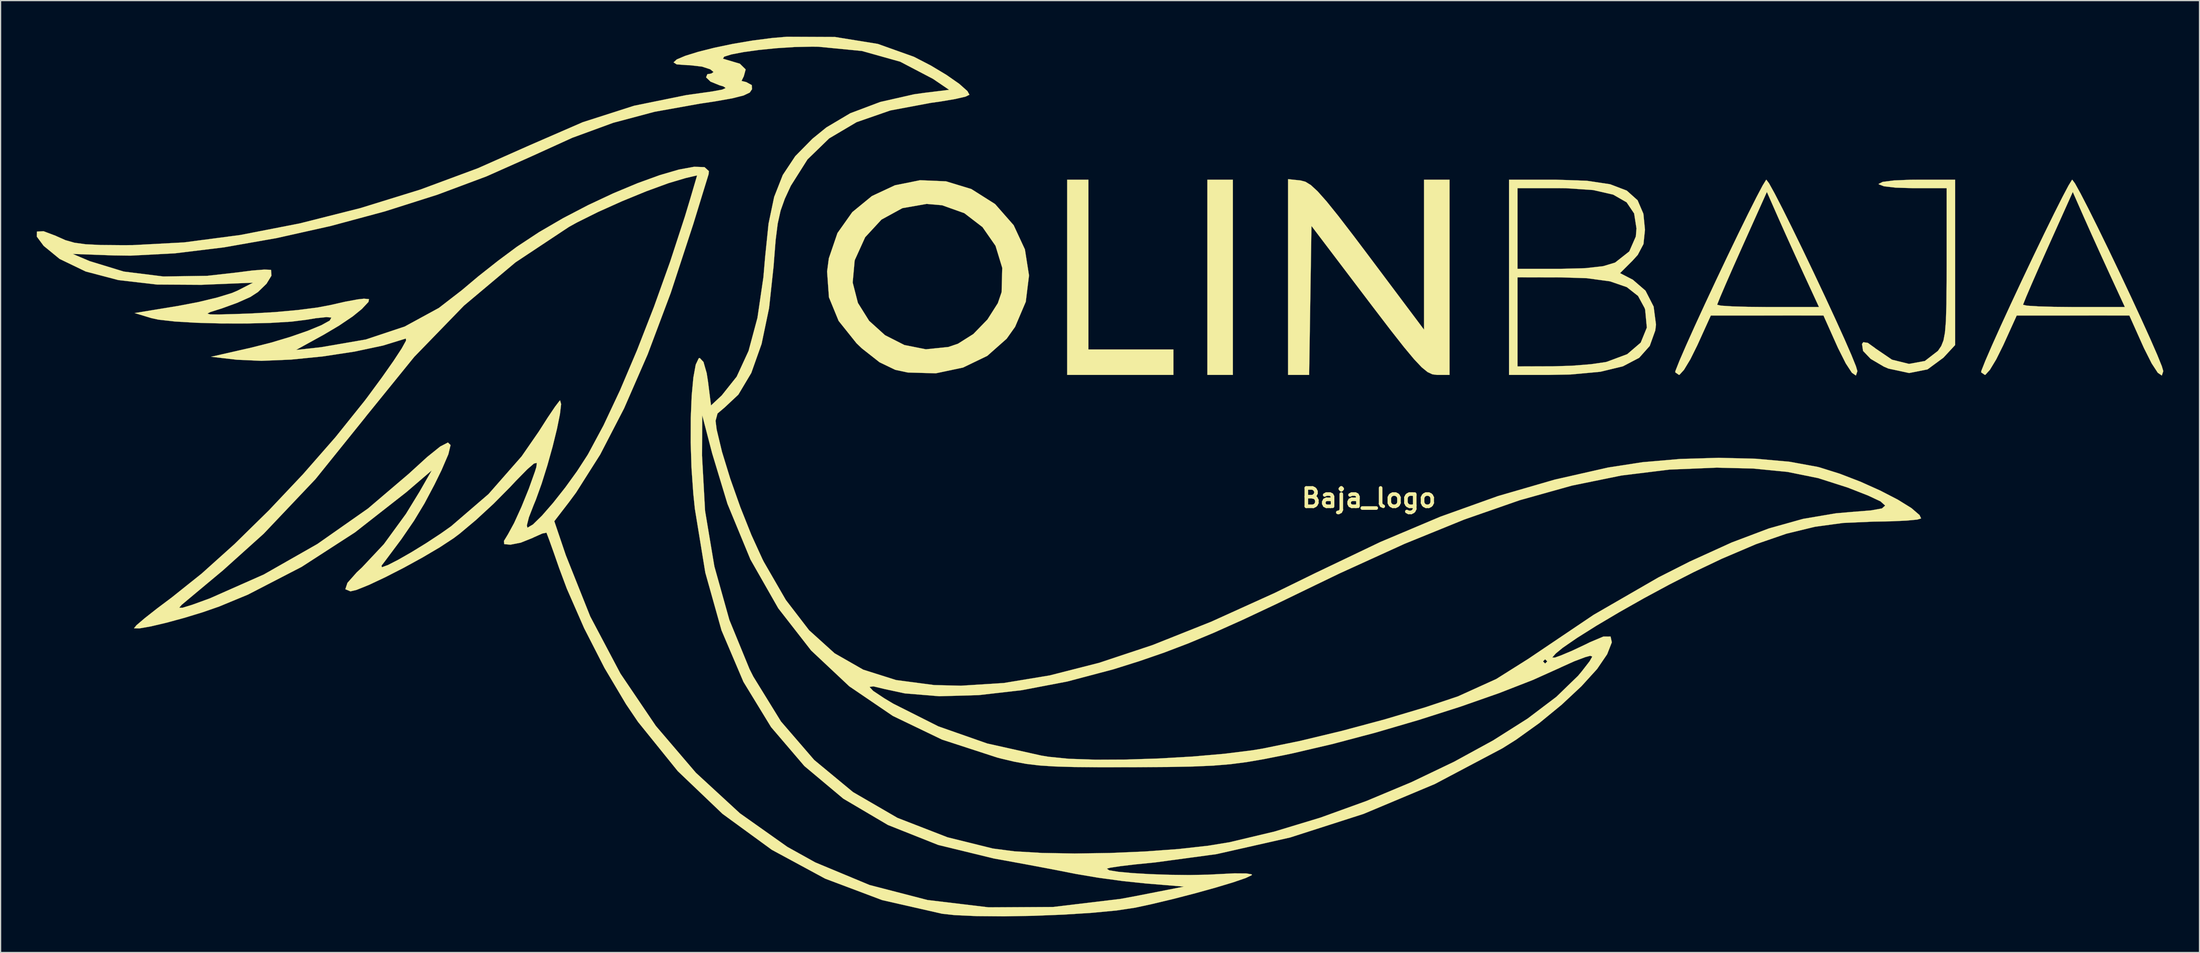
<source format=kicad_pcb>
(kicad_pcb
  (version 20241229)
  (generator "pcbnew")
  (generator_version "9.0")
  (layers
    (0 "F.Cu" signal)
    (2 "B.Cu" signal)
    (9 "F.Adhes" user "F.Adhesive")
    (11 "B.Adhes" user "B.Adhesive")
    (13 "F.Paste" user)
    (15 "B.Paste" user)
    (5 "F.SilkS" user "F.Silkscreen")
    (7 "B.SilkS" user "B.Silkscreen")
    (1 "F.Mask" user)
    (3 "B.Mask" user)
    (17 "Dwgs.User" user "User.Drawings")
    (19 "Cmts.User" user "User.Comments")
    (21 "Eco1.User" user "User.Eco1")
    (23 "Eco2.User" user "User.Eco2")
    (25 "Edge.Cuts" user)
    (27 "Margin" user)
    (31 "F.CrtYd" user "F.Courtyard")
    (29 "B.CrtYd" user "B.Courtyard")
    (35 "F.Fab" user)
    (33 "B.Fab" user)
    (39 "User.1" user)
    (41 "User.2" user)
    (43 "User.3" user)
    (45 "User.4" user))
  (footprint "Baja_logo"
    (layer "F.Cu")
    (at 110.61 38.343)
    (property "Reference" "Baja_logo" (at 0 0 0) (layer "F.SilkS") (effects (font (size 1.524 1.524) (thickness 0.3))))
    (attr through_hole)
    (fp_poly (pts (xy -11.289 -10.231) (xy -13.406 -10.231) (xy -13.406 -26.458) (xy -11.289 -26.458) (xy -11.289 -10.231)) (stroke (width 0.01) (type solid)) (fill yes) (layer "F.SilkS"))
    (fp_poly (pts (xy -23.283 -12.347) (xy -16.228 -12.347) (xy -16.228 -10.231) (xy -25.047 -10.231) (xy -25.047 -26.458) (xy -23.283 -26.458) (xy -23.283 -12.347)) (stroke (width 0.01) (type solid)) (fill yes) (layer "F.SilkS"))
    (fp_poly (pts (xy -5.662 -26.392) (xy -5.262 -26.287) (xy -4.811 -26.009) (xy -4.248 -25.488) (xy -3.509 -24.656) (xy -2.532 -23.443) (xy -1.254 -21.779) (xy -0.017 -20.137) (xy 4.586 -13.991) (xy 4.586 -26.458) (xy 6.703 -26.458) (xy 6.703 -10.231) (xy 5.66 -10.231) (xy 5.281 -10.278) (xy 4.879 -10.466) (xy 4.391 -10.863) (xy 3.754 -11.539) (xy 2.903 -12.561) (xy 1.775 -13.999) (xy 0.307 -15.921) (xy -0.073 -16.422) (xy -4.763 -22.613) (xy -4.859 -16.422) (xy -4.955 -10.231) (xy -6.703 -10.231) (xy -6.703 -26.503) (xy -5.662 -26.392)) (stroke (width 0.01) (type solid)) (fill yes) (layer "F.SilkS"))
    (fp_poly (pts (xy 48.683 -12.711) (xy 47.713 -11.663) (xy 46.392 -10.689) (xy 44.862 -10.386) (xy 43.145 -10.756) (xy 42.769 -10.917) (xy 41.674 -11.561) (xy 41.038 -12.224) (xy 40.952 -12.801) (xy 41.056 -12.952) (xy 41.435 -12.895) (xy 42.046 -12.454) (xy 42.07 -12.431) (xy 43.444 -11.496) (xy 44.855 -11.147) (xy 46.169 -11.388) (xy 47.25 -12.224) (xy 47.28 -12.261) (xy 47.532 -12.636) (xy 47.715 -13.097) (xy 47.84 -13.756) (xy 47.918 -14.723) (xy 47.96 -16.109) (xy 47.976 -18.025) (xy 47.978 -19.45) (xy 47.978 -25.753) (xy 45.156 -25.753) (xy 43.758 -25.794) (xy 42.776 -25.907) (xy 42.343 -26.074) (xy 42.333 -26.106) (xy 42.666 -26.275) (xy 43.588 -26.395) (xy 44.983 -26.454) (xy 45.508 -26.458) (xy 48.683 -26.458) (xy 48.683 -12.711)) (stroke (width 0.01) (type solid)) (fill yes) (layer "F.SilkS"))
    (fp_poly (pts (xy -35.107 -26.322) (xy -33.006 -25.682) (xy -31.068 -24.456) (xy -31.011 -24.408) (xy -29.49 -22.675) (xy -28.555 -20.662) (xy -28.215 -18.497) (xy -28.484 -16.309) (xy -29.37 -14.227) (xy -30.07 -13.239) (xy -31.678 -11.814) (xy -33.697 -10.84) (xy -35.957 -10.363) (xy -38.289 -10.43) (xy -39.323 -10.652) (xy -40.626 -11.279) (xy -42.104 -12.442) (xy -42.542 -12.863) (xy -44.025 -14.718) (xy -44.829 -16.678) (xy -44.918 -17.912) (xy -42.857 -17.912) (xy -42.422 -16.215) (xy -41.492 -14.727) (xy -40.172 -13.533) (xy -38.565 -12.716) (xy -36.778 -12.361) (xy -34.913 -12.553) (xy -34.114 -12.824) (xy -32.841 -13.629) (xy -31.67 -14.834) (xy -30.805 -16.195) (xy -30.491 -17.115) (xy -30.439 -19.129) (xy -30.998 -20.964) (xy -32.078 -22.515) (xy -33.586 -23.673) (xy -35.434 -24.332) (xy -36.714 -24.443) (xy -38.73 -24.091) (xy -40.468 -23.139) (xy -41.821 -21.673) (xy -42.68 -19.779) (xy -42.692 -19.734) (xy -42.857 -17.912) (xy -44.918 -17.912) (xy -44.983 -18.827) (xy -44.84 -19.917) (xy -44.122 -22.023) (xy -42.892 -23.761) (xy -41.264 -25.097) (xy -39.348 -25.994) (xy -37.259 -26.414) (xy -35.107 -26.322)) (stroke (width 0.01) (type solid)) (fill yes) (layer "F.SilkS"))
    (fp_poly (pts (xy 33.235 -26.152) (xy 33.7 -25.311) (xy 34.355 -24.039) (xy 35.151 -22.439) (xy 36.038 -20.619) (xy 36.964 -18.682) (xy 37.881 -16.735) (xy 38.738 -14.883) (xy 39.486 -13.231) (xy 40.073 -11.885) (xy 40.451 -10.949) (xy 40.569 -10.545) (xy 40.447 -10.177) (xy 40.11 -10.41) (xy 39.6 -11.191) (xy 38.96 -12.465) (xy 38.854 -12.7) (xy 37.75 -15.169) (xy 28.399 -15.166) (xy 27.28 -12.698) (xy 26.698 -11.524) (xy 26.172 -10.653) (xy 25.799 -10.243) (xy 25.752 -10.231) (xy 25.444 -10.444) (xy 25.459 -10.565) (xy 25.797 -11.42) (xy 26.354 -12.705) (xy 27.078 -14.317) (xy 27.879 -16.058) (xy 28.928 -16.058) (xy 29.258 -15.987) (xy 30.157 -15.929) (xy 31.488 -15.89) (xy 33.116 -15.875) (xy 33.152 -15.875) (xy 37.377 -15.875) (xy 36.116 -18.609) (xy 35.384 -20.21) (xy 34.63 -21.877) (xy 34.005 -23.276) (xy 33.955 -23.39) (xy 33.053 -25.437) (xy 30.99 -20.839) (xy 30.253 -19.184) (xy 29.633 -17.768) (xy 29.18 -16.709) (xy 28.948 -16.128) (xy 28.928 -16.058) (xy 27.879 -16.058) (xy 27.922 -16.151) (xy 28.834 -18.102) (xy 29.766 -20.067) (xy 30.667 -21.94) (xy 31.489 -23.617) (xy 32.182 -24.994) (xy 32.695 -25.967) (xy 32.979 -26.431) (xy 33.011 -26.455) (xy 33.235 -26.152)) (stroke (width 0.01) (type solid)) (fill yes) (layer "F.SilkS"))
    (fp_poly (pts (xy 58.635 -26.152) (xy 59.1 -25.311) (xy 59.755 -24.039) (xy 60.551 -22.439) (xy 61.438 -20.619) (xy 62.364 -18.682) (xy 63.281 -16.735) (xy 64.138 -14.883) (xy 64.886 -13.231) (xy 65.473 -11.885) (xy 65.851 -10.949) (xy 65.969 -10.545) (xy 65.847 -10.177) (xy 65.51 -10.41) (xy 65 -11.191) (xy 64.36 -12.465) (xy 64.254 -12.7) (xy 63.15 -15.169) (xy 53.799 -15.166) (xy 52.68 -12.698) (xy 52.098 -11.524) (xy 51.572 -10.653) (xy 51.199 -10.243) (xy 51.152 -10.231) (xy 50.844 -10.444) (xy 50.859 -10.565) (xy 51.197 -11.42) (xy 51.754 -12.705) (xy 52.478 -14.317) (xy 53.279 -16.058) (xy 54.328 -16.058) (xy 54.658 -15.987) (xy 55.557 -15.929) (xy 56.888 -15.89) (xy 58.516 -15.875) (xy 58.552 -15.875) (xy 62.777 -15.875) (xy 61.516 -18.609) (xy 60.784 -20.21) (xy 60.03 -21.877) (xy 59.405 -23.276) (xy 59.355 -23.39) (xy 58.453 -25.437) (xy 56.39 -20.839) (xy 55.653 -19.184) (xy 55.033 -17.768) (xy 54.58 -16.709) (xy 54.348 -16.128) (xy 54.328 -16.058) (xy 53.279 -16.058) (xy 53.322 -16.151) (xy 54.234 -18.102) (xy 55.166 -20.067) (xy 56.067 -21.94) (xy 56.889 -23.617) (xy 57.582 -24.994) (xy 58.095 -25.967) (xy 58.379 -26.431) (xy 58.411 -26.455) (xy 58.635 -26.152)) (stroke (width 0.01) (type solid)) (fill yes) (layer "F.SilkS"))
    (fp_poly (pts (xy 18.092 -26.37) (xy 20.032 -26.08) (xy 21.418 -25.552) (xy 22.319 -24.746) (xy 22.8 -23.627) (xy 22.931 -22.296) (xy 22.806 -21.104) (xy 22.329 -20.202) (xy 21.896 -19.725) (xy 20.862 -18.691) (xy 21.924 -18.141) (xy 22.974 -17.233) (xy 23.65 -15.911) (xy 23.846 -14.414) (xy 23.788 -13.927) (xy 23.327 -12.64) (xy 22.451 -11.654) (xy 21.101 -10.945) (xy 19.22 -10.491) (xy 16.752 -10.265) (xy 14.976 -10.231) (xy 11.642 -10.231) (xy 11.642 -10.936) (xy 12.347 -10.936) (xy 15.258 -10.945) (xy 16.87 -10.995) (xy 18.432 -11.12) (xy 19.636 -11.293) (xy 19.75 -11.318) (xy 21.455 -11.954) (xy 22.577 -12.916) (xy 23.084 -14.162) (xy 22.946 -15.646) (xy 22.902 -15.784) (xy 22.354 -16.794) (xy 21.423 -17.526) (xy 20.029 -18.007) (xy 18.096 -18.268) (xy 15.963 -18.337) (xy 12.347 -18.344) (xy 12.347 -10.936) (xy 11.642 -10.936) (xy 11.642 -25.753) (xy 12.347 -25.753) (xy 12.347 -19.05) (xy 15.893 -19.05) (xy 17.984 -19.103) (xy 19.466 -19.271) (xy 20.427 -19.562) (xy 20.468 -19.583) (xy 21.626 -20.495) (xy 22.171 -21.74) (xy 22.225 -22.401) (xy 22.03 -23.648) (xy 21.405 -24.576) (xy 20.292 -25.215) (xy 18.631 -25.595) (xy 16.364 -25.747) (xy 15.71 -25.753) (xy 12.347 -25.753) (xy 11.642 -25.753) (xy 11.642 -26.458) (xy 15.534 -26.458) (xy 18.092 -26.37)) (stroke (width 0.01) (type solid)) (fill yes) (layer "F.SilkS"))
    (fp_poly (pts (xy -44.337 -38.321) (xy -40.773 -37.745) (xy -37.771 -36.673) (xy -36.371 -35.949) (xy -35.07 -35.167) (xy -34.009 -34.426) (xy -33.331 -33.823) (xy -33.161 -33.518) (xy -33.486 -33.36) (xy -34.356 -33.159) (xy -35.617 -32.946) (xy -36.35 -32.845) (xy -39.732 -32.211) (xy -42.533 -31.238) (xy -44.808 -29.891) (xy -46.61 -28.14) (xy -47.992 -25.953) (xy -47.995 -25.948) (xy -48.494 -24.867) (xy -48.843 -23.885) (xy -49.082 -22.808) (xy -49.254 -21.44) (xy -49.401 -19.587) (xy -49.419 -19.318) (xy -49.798 -15.792) (xy -50.421 -12.805) (xy -51.276 -10.393) (xy -52.35 -8.591) (xy -53.49 -7.523) (xy -54.08 -7.023) (xy -54.243 -6.414) (xy -54.148 -5.674) (xy -53.708 -3.839) (xy -53.025 -1.613) (xy -52.183 0.77) (xy -51.265 3.077) (xy -50.354 5.072) (xy -50.236 5.306) (xy -48.406 8.477) (xy -46.475 10.993) (xy -44.359 12.907) (xy -41.978 14.27) (xy -39.249 15.133) (xy -36.091 15.548) (xy -33.867 15.602) (xy -30.311 15.377) (xy -26.503 14.748) (xy -22.396 13.7) (xy -17.946 12.219) (xy -13.105 10.29) (xy -7.827 7.898) (xy -4.41 6.224) (xy 0.938 3.666) (xy 5.932 1.556) (xy 10.714 -0.158) (xy 15.429 -1.527) (xy 19.872 -2.535) (xy 22.73 -2.977) (xy 25.852 -3.246) (xy 29.052 -3.341) (xy 32.145 -3.264) (xy 34.943 -3.013) (xy 37.262 -2.588) (xy 37.449 -2.539) (xy 39.101 -2.02) (xy 40.817 -1.358) (xy 42.468 -0.617) (xy 43.923 0.136) (xy 45.053 0.836) (xy 45.728 1.418) (xy 45.861 1.7) (xy 45.532 1.797) (xy 44.638 1.881) (xy 43.32 1.94) (xy 41.892 1.965) (xy 39.397 2.073) (xy 37.043 2.393) (xy 34.68 2.967) (xy 32.156 3.837) (xy 29.321 5.046) (xy 26.988 6.157) (xy 24.961 7.191) (xy 22.855 8.327) (xy 20.793 9.494) (xy 18.897 10.619) (xy 17.29 11.63) (xy 16.095 12.455) (xy 15.522 12.926) (xy 15.23 13.26) (xy 15.445 13.265) (xy 15.951 13.086) (xy 16.88 12.694) (xy 18.02 12.157) (xy 18.345 11.994) (xy 19.469 11.519) (xy 20.075 11.516) (xy 20.179 11.997) (xy 19.797 12.972) (xy 19.781 13.003) (xy 18.958 14.212) (xy 17.655 15.647) (xy 16.007 17.188) (xy 14.15 18.712) (xy 12.218 20.098) (xy 11.081 20.812) (xy 5.48 23.775) (xy -0.441 26.26) (xy -6.534 28.219) (xy -12.654 29.604) (xy -17.76 30.294) (xy -19.327 30.449) (xy -20.615 30.601) (xy -21.475 30.732) (xy -21.754 30.808) (xy -21.562 30.944) (xy -20.804 31.069) (xy -19.618 31.178) (xy -18.144 31.264) (xy -16.52 31.319) (xy -14.886 31.337) (xy -13.382 31.31) (xy -12.556 31.267) (xy -11.166 31.197) (xy -10.179 31.204) (xy -9.718 31.284) (xy -9.718 31.348) (xy -10.225 31.591) (xy -11.275 31.95) (xy -12.726 32.387) (xy -14.432 32.861) (xy -16.25 33.332) (xy -18.037 33.759) (xy -19.403 34.054) (xy -20.947 34.287) (xy -22.984 34.48) (xy -25.337 34.63) (xy -27.83 34.729) (xy -30.286 34.773) (xy -32.529 34.756) (xy -34.382 34.672) (xy -35.424 34.559) (xy -40.409 33.424) (xy -45.137 31.643) (xy -49.57 29.244) (xy -53.666 26.254) (xy -57.384 22.7) (xy -60.684 18.609) (xy -61.679 17.138) (xy -63.466 14.129) (xy -65.156 10.823) (xy -66.595 7.535) (xy -67.234 5.821) (xy -67.685 4.524) (xy -68.047 3.512) (xy -68.26 2.947) (xy -68.29 2.884) (xy -68.622 2.951) (xy -69.327 3.264) (xy -69.447 3.325) (xy -70.422 3.715) (xy -71.275 3.881) (xy -71.284 3.881) (xy -71.792 3.835) (xy -71.817 3.57) (xy -71.477 3.01) (xy -70.973 2.083) (xy -70.361 0.737) (xy -69.748 -0.775) (xy -69.24 -2.201) (xy -69.125 -2.571) (xy -69.086 -2.915) (xy -69.318 -2.867) (xy -69.876 -2.386) (xy -70.815 -1.429) (xy -71.336 -0.874) (xy -72.68 0.483) (xy -74.149 1.838) (xy -75.502 2.973) (xy -75.999 3.347) (xy -77.15 4.103) (xy -78.58 4.947) (xy -80.136 5.801) (xy -81.669 6.586) (xy -83.027 7.226) (xy -84.059 7.642) (xy -84.56 7.761) (xy -84.986 7.582) (xy -84.81 7.052) (xy -84.036 6.178) (xy -83.608 5.779) (xy -81.786 3.837) (xy -79.955 1.324) (xy -78.821 -0.529) (xy -77.811 -2.293) (xy -79.916 -0.486) (xy -84.185 2.859) (xy -88.614 5.725) (xy -93.073 8.032) (xy -95.468 9.024) (xy -96.838 9.5) (xy -98.343 9.96) (xy -99.826 10.364) (xy -101.124 10.671) (xy -102.079 10.839) (xy -102.529 10.83) (xy -102.534 10.825) (xy -102.326 10.573) (xy -101.652 9.997) (xy -100.619 9.183) (xy -100.535 9.12) (xy -98.776 9.12) (xy -98.503 9.121) (xy -97.704 8.877) (xy -96.319 8.373) (xy -96.228 8.339) (xy -91.752 6.356) (xy -87.307 3.823) (xy -83.101 0.871) (xy -79.724 -2.008) (xy -78.188 -3.41) (xy -77.108 -4.28) (xy -76.466 -4.613) (xy -76.246 -4.401) (xy -76.429 -3.636) (xy -76.998 -2.311) (xy -77.583 -1.115) (xy -78.409 0.445) (xy -79.28 1.89) (xy -80.33 3.423) (xy -81.69 5.246) (xy -81.981 5.625) (xy -81.947 5.756) (xy -81.441 5.568) (xy -80.582 5.127) (xy -79.488 4.5) (xy -78.276 3.755) (xy -77.066 2.959) (xy -76.2 2.347) (xy -73.098 -0.325) (xy -70.348 -3.461) (xy -68.919 -5.529) (xy -68.177 -6.692) (xy -67.576 -7.584) (xy -67.211 -8.066) (xy -67.152 -8.114) (xy -67.066 -7.803) (xy -67.165 -6.964) (xy -67.412 -5.74) (xy -67.772 -4.274) (xy -68.209 -2.709) (xy -68.686 -1.186) (xy -69.167 0.15) (xy -69.359 0.617) (xy -69.743 1.609) (xy -69.913 2.281) (xy -69.863 2.469) (xy -69.402 2.197) (xy -68.655 1.464) (xy -67.727 0.397) (xy -66.723 -0.875) (xy -65.746 -2.227) (xy -64.902 -3.529) (xy -64.815 -3.675) (xy -63.548 -6.036) (xy -62.18 -8.948) (xy -60.767 -12.277) (xy -59.361 -15.885) (xy -58.018 -19.636) (xy -56.792 -23.395) (xy -56.32 -24.961) (xy -55.776 -26.815) (xy -56.727 -26.592) (xy -58.158 -26.166) (xy -59.991 -25.494) (xy -62.013 -24.665) (xy -64.005 -23.77) (xy -65.754 -22.899) (xy -66.42 -22.53) (xy -70.855 -19.586) (xy -75.132 -15.99) (xy -79.265 -11.727) (xy -83.271 -6.783) (xy -83.33 -6.703) (xy -87.459 -1.573) (xy -91.764 2.97) (xy -95.143 6.012) (xy -96.409 7.069) (xy -97.489 7.971) (xy -98.259 8.616) (xy -98.584 8.888) (xy -98.776 9.12) (xy -100.535 9.12) (xy -99.406 8.272) (xy -96.915 6.282) (xy -94.181 3.823) (xy -91.333 1.026) (xy -88.499 -1.978) (xy -85.805 -5.057) (xy -83.381 -8.081) (xy -83.119 -8.429) (xy -81.946 -10.023) (xy -80.991 -11.384) (xy -80.306 -12.431) (xy -79.945 -13.081) (xy -79.958 -13.255) (xy -81.854 -12.671) (xy -84.228 -12.166) (xy -86.853 -11.767) (xy -89.504 -11.502) (xy -91.955 -11.4) (xy -93.979 -11.49) (xy -94.015 -11.494) (xy -96.132 -11.739) (xy -92.781 -12.502) (xy -91.13 -12.921) (xy -89.528 -13.403) (xy -88.101 -13.9) (xy -86.976 -14.364) (xy -86.282 -14.747) (xy -86.143 -14.999) (xy -86.557 -15.035) (xy -87.438 -14.943) (xy -88.185 -14.818) (xy -89.468 -14.657) (xy -91.198 -14.553) (xy -93.202 -14.504) (xy -95.307 -14.508) (xy -97.339 -14.563) (xy -99.125 -14.668) (xy -100.493 -14.821) (xy -101.071 -14.945) (xy -102.482 -15.372) (xy -98.868 -15.966) (xy -97.189 -16.287) (xy -95.63 -16.663) (xy -94.414 -17.035) (xy -93.954 -17.229) (xy -92.653 -17.896) (xy -96.94 -17.719) (xy -100.613 -17.74) (xy -103.83 -18.112) (xy -106.545 -18.826) (xy -108.709 -19.87) (xy -109.215 -20.285) (xy -107.618 -20.285) (xy -106.211 -19.688) (xy -103.38 -18.822) (xy -100.098 -18.413) (xy -96.456 -18.467) (xy -94.016 -18.742) (xy -92.719 -18.908) (xy -91.713 -18.987) (xy -91.183 -18.966) (xy -91.151 -18.949) (xy -91.118 -18.481) (xy -91.529 -17.809) (xy -92.241 -17.118) (xy -92.879 -16.704) (xy -93.959 -16.223) (xy -95.25 -15.753) (xy -95.603 -15.643) (xy -96.207 -15.452) (xy -96.437 -15.329) (xy -96.223 -15.265) (xy -95.495 -15.255) (xy -94.185 -15.289) (xy -92.781 -15.34) (xy -90.844 -15.45) (xy -88.938 -15.623) (xy -87.296 -15.834) (xy -86.254 -16.031) (xy -85.007 -16.315) (xy -83.954 -16.51) (xy -83.44 -16.568) (xy -83.022 -16.531) (xy -83.059 -16.303) (xy -83.582 -15.742) (xy -83.616 -15.707) (xy -84.37 -15.094) (xy -85.506 -14.327) (xy -86.78 -13.571) (xy -86.783 -13.57) (xy -89.076 -12.306) (xy -87.003 -12.534) (xy -83.285 -13.176) (xy -80.056 -14.251) (xy -77.221 -15.797) (xy -75.318 -17.268) (xy -73.932 -18.434) (xy -72.304 -19.72) (xy -70.779 -20.855) (xy -70.732 -20.889) (xy -68.9 -22.098) (xy -66.901 -23.262) (xy -64.817 -24.349) (xy -62.73 -25.328) (xy -60.724 -26.166) (xy -58.881 -26.835) (xy -57.285 -27.301) (xy -56.017 -27.533) (xy -55.16 -27.501) (xy -54.798 -27.173) (xy -54.824 -26.899) (xy -55.004 -26.314) (xy -55.338 -25.229) (xy -55.77 -23.818) (xy -56.091 -22.772) (xy -57.962 -17.051) (xy -59.882 -11.935) (xy -61.839 -7.447) (xy -63.823 -3.61) (xy -65.825 -0.449) (xy -66.414 0.348) (xy -67.632 1.931) (xy -66.676 4.758) (xy -64.649 9.846) (xy -62.14 14.596) (xy -59.2 18.946) (xy -55.876 22.838) (xy -52.219 26.209) (xy -48.277 29.001) (xy -45.965 30.288) (xy -41.454 32.168) (xy -36.649 33.414) (xy -31.566 34.023) (xy -26.223 33.994) (xy -20.636 33.325) (xy -19.403 33.097) (xy -15.346 32.301) (xy -18.521 32.041) (xy -20.421 31.842) (xy -22.494 31.559) (xy -24.327 31.248) (xy -24.518 31.21) (xy -26.142 30.891) (xy -28.138 30.513) (xy -30.182 30.137) (xy -31.123 29.968) (xy -35.76 28.838) (xy -39.931 27.179) (xy -43.635 24.992) (xy -46.87 22.279) (xy -49.635 19.042) (xy -51.929 15.282) (xy -53.749 11.003) (xy -55.095 6.205) (xy -55.964 0.891) (xy -56.093 -0.371) (xy -56.241 -2.48) (xy -56.274 -3.528) (xy -55.367 -3.528) (xy -55.114 1.065) (xy -54.341 5.686) (xy -53.095 10.138) (xy -51.422 14.222) (xy -51.109 14.843) (xy -48.811 18.575) (xy -46.052 21.775) (xy -42.829 24.445) (xy -39.14 26.587) (xy -34.982 28.202) (xy -31.221 29.134) (xy -29.433 29.367) (xy -27.113 29.504) (xy -24.426 29.549) (xy -21.538 29.507) (xy -18.615 29.382) (xy -15.822 29.179) (xy -13.326 28.901) (xy -11.559 28.61) (xy -7.836 27.724) (xy -4.015 26.565) (xy -0.192 25.181) (xy 3.537 23.619) (xy 7.074 21.925) (xy 10.324 20.147) (xy 13.188 18.332) (xy 15.572 16.526) (xy 17.377 14.776) (xy 17.689 14.401) (xy 18.331 13.572) (xy 18.556 13.18) (xy 18.39 13.115) (xy 17.968 13.23) (xy 17.067 13.57) (xy 16 14.05) (xy 15.875 14.111) (xy 13.621 15.126) (xy 10.818 16.219) (xy 7.612 17.343) (xy 4.147 18.451) (xy 0.571 19.499) (xy -2.972 20.439) (xy -6.336 21.226) (xy -7.109 21.388) (xy -8.739 21.712) (xy -10.154 21.955) (xy -11.503 22.129) (xy -12.934 22.247) (xy -14.597 22.32) (xy -16.639 22.359) (xy -19.211 22.376) (xy -19.756 22.378) (xy -22.4 22.38) (xy -24.465 22.363) (xy -26.077 22.316) (xy -27.362 22.232) (xy -28.447 22.101) (xy -29.459 21.914) (xy -30.522 21.662) (xy -30.868 21.572) (xy -35.441 20.081) (xy -39.527 18.113) (xy -43.067 15.703) (xy -41.461 15.703) (xy -41.16 16.031) (xy -40.231 16.65) (xy -39.492 17.093) (xy -35.741 18.982) (xy -31.689 20.404) (xy -27.193 21.409) (xy -26.577 21.51) (xy -24.902 21.676) (xy -22.699 21.75) (xy -20.136 21.739) (xy -17.385 21.649) (xy -14.613 21.487) (xy -11.992 21.259) (xy -9.691 20.972) (xy -8.819 20.828) (xy -5.704 20.189) (xy -2.231 19.354) (xy 1.328 18.398) (xy 4.705 17.391) (xy 7.399 16.489) (xy 10.582 15.045) (xy 12.904 13.582) (xy 14.464 13.582) (xy 14.64 13.758) (xy 14.817 13.582) (xy 14.64 13.406) (xy 14.464 13.582) (xy 12.904 13.582) (xy 13.229 13.377) (xy 18.67 9.708) (xy 24.048 6.601) (xy 26.635 5.289) (xy 30.125 3.7) (xy 33.219 2.53) (xy 36.054 1.735) (xy 38.768 1.274) (xy 40.133 1.155) (xy 41.69 1.031) (xy 42.606 0.867) (xy 42.874 0.629) (xy 42.489 0.282) (xy 41.443 -0.209) (xy 39.764 -0.866) (xy 37.31 -1.652) (xy 34.759 -2.169) (xy 31.909 -2.448) (xy 28.893 -2.522) (xy 24.966 -2.359) (xy 20.98 -1.869) (xy 16.861 -1.028) (xy 12.535 0.184) (xy 7.928 1.79) (xy 2.966 3.81) (xy -2.426 6.268) (xy -4.448 7.245) (xy -7.71 8.826) (xy -10.475 10.127) (xy -12.866 11.199) (xy -15.01 12.093) (xy -17.029 12.863) (xy -19.05 13.56) (xy -21.196 14.236) (xy -21.219 14.243) (xy -25.053 15.258) (xy -28.818 15.976) (xy -32.396 16.386) (xy -35.672 16.478) (xy -38.529 16.242) (xy -40.193 15.884) (xy -41.136 15.657) (xy -41.461 15.703) (xy -43.067 15.703) (xy -43.144 15.65) (xy -46.308 12.675) (xy -49.037 9.168) (xy -51.347 5.112) (xy -53.255 0.489) (xy -54.524 -3.704) (xy -55.351 -6.879) (xy -55.367 -3.528) (xy -56.274 -3.528) (xy -56.309 -4.613) (xy -56.302 -6.657) (xy -56.227 -8.493) (xy -56.088 -10.008) (xy -55.892 -11.086) (xy -55.643 -11.61) (xy -55.558 -11.642) (xy -55.245 -11.307) (xy -54.978 -10.375) (xy -54.868 -9.668) (xy -54.621 -7.694) (xy -53.735 -8.521) (xy -52.49 -10.086) (xy -51.503 -12.228) (xy -50.766 -14.974) (xy -50.271 -18.35) (xy -50.129 -20.02) (xy -49.845 -22.798) (xy -49.379 -25.025) (xy -48.663 -26.847) (xy -47.628 -28.409) (xy -46.205 -29.856) (xy -45.043 -30.801) (xy -43.06 -31.979) (xy -40.571 -32.918) (xy -37.755 -33.557) (xy -36.916 -33.675) (xy -34.85 -33.927) (xy -36.19 -34.838) (xy -38.911 -36.264) (xy -42.087 -37.155) (xy -45.72 -37.509) (xy -46.214 -37.516) (xy -47.676 -37.484) (xy -49.189 -37.386) (xy -50.641 -37.24) (xy -51.922 -37.062) (xy -52.921 -36.871) (xy -53.527 -36.683) (xy -53.63 -36.516) (xy -53.269 -36.408) (xy -52.223 -36.097) (xy -51.743 -35.622) (xy -51.897 -35.055) (xy -52.087 -34.667) (xy -51.699 -34.572) (xy -51.237 -34.321) (xy -51.215 -33.98) (xy -51.403 -33.7) (xy -51.916 -33.456) (xy -52.86 -33.218) (xy -54.338 -32.957) (xy -55.563 -32.773) (xy -59.308 -32.101) (xy -62.739 -31.186) (xy -66.13 -29.944) (xy -69.594 -28.367) (xy -73.264 -26.733) (xy -77.348 -25.206) (xy -81.709 -23.82) (xy -86.207 -22.607) (xy -90.706 -21.6) (xy -95.065 -20.832) (xy -99.147 -20.335) (xy -102.814 -20.143) (xy -104.197 -20.16) (xy -107.618 -20.285) (xy -109.215 -20.285) (xy -110.036 -20.958) (xy -110.605 -21.727) (xy -110.593 -22.144) (xy -110.048 -22.176) (xy -109.019 -21.788) (xy -108.925 -21.742) (xy -108.224 -21.431) (xy -107.486 -21.22) (xy -106.561 -21.092) (xy -105.296 -21.029) (xy -103.539 -21.014) (xy -102.658 -21.017) (xy -98.389 -21.245) (xy -93.71 -21.86) (xy -88.776 -22.823) (xy -83.74 -24.095) (xy -78.756 -25.637) (xy -73.978 -27.41) (xy -69.674 -29.321) (xy -65.27 -31.237) (xy -61.011 -32.604) (xy -56.693 -33.485) (xy -55.996 -33.584) (xy -54.531 -33.79) (xy -53.692 -33.945) (xy -53.403 -34.075) (xy -53.588 -34.207) (xy -53.911 -34.302) (xy -54.662 -34.608) (xy -55.032 -34.963) (xy -54.925 -35.226) (xy -54.592 -35.283) (xy -54.409 -35.405) (xy -54.681 -35.631) (xy -55.365 -35.855) (xy -56.381 -35.973) (xy -56.603 -35.978) (xy -57.472 -36.042) (xy -57.732 -36.209) (xy -57.465 -36.454) (xy -56.758 -36.754) (xy -55.693 -37.085) (xy -54.355 -37.423) (xy -52.828 -37.743) (xy -51.198 -38.021) (xy -49.547 -38.235) (xy -48.331 -38.338) (xy -44.337 -38.321)) (stroke (width 0.01) (type solid)) (fill yes) (layer "F.SilkS")))
  (gr_rect
    (start -3 -3)
    (end 179.585 76.121)
    (stroke (width 0.1) (type default))
    (fill no)
    (layer "Edge.Cuts")))
</source>
